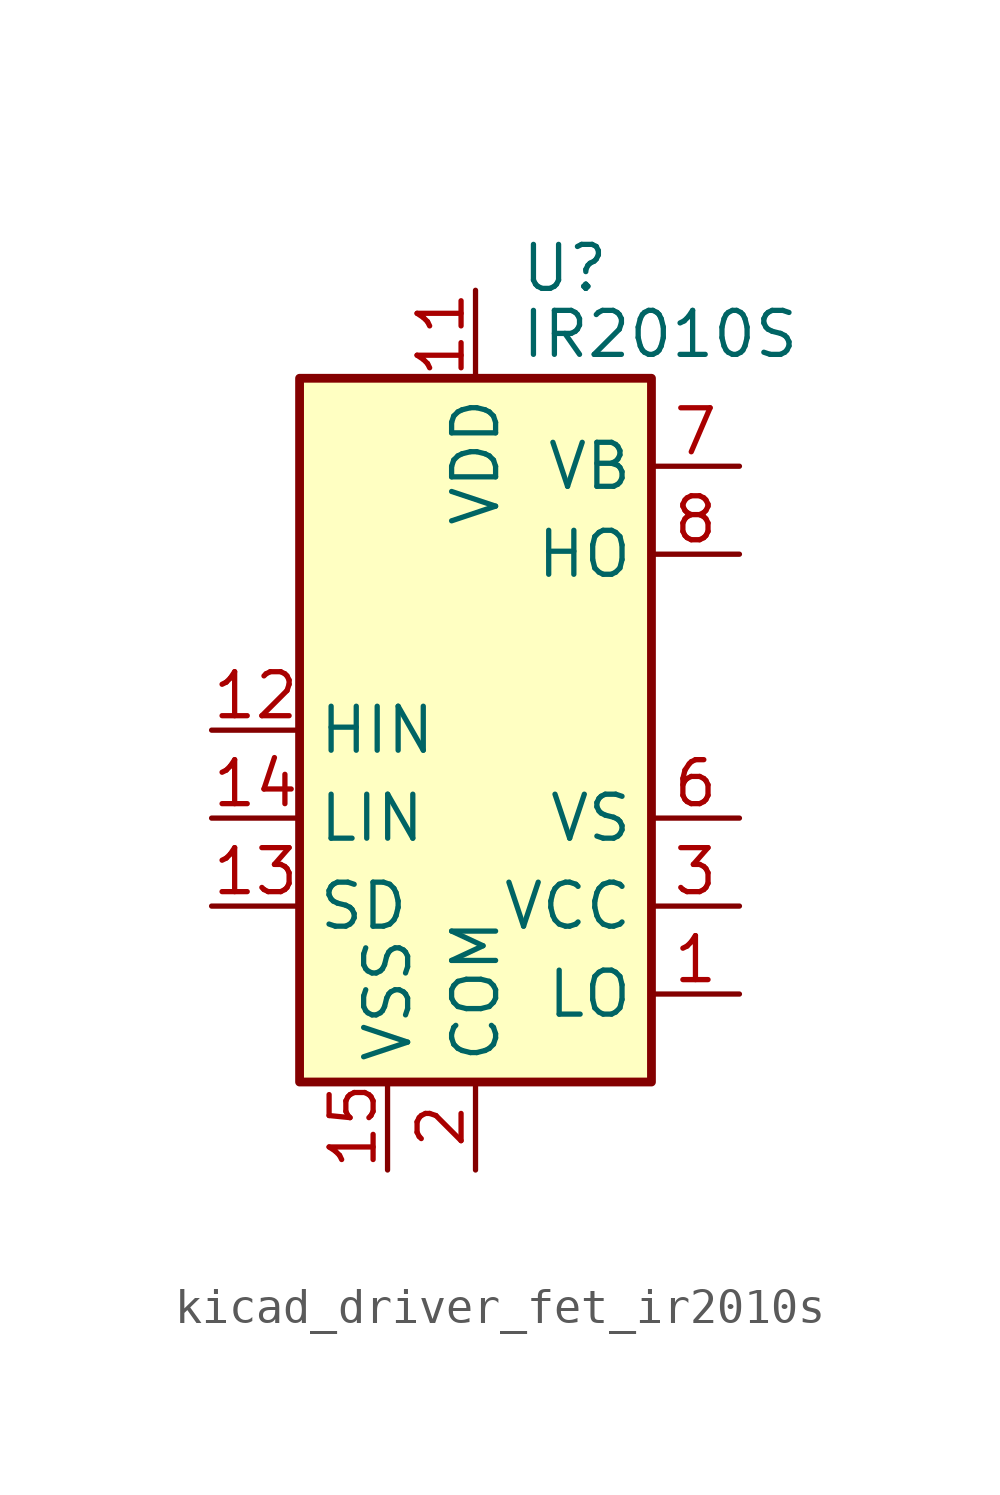
<source format=kicad_sym>
(kicad_symbol_lib
  (version 20220914)
  (generator kicad_symbol_editor)
  (symbol "kicad_driver_fet_ir2010s"
    (property "Reference" "U"
      (at 1.27 13.335 0)
      (effects (font (size 1.27 1.27)) (justify left)))
    (property "Value" "IR2010S"
      (at 1.27 11.43 0)
      (effects (font (size 1.27 1.27)) (justify left)))
    (symbol "kicad_driver_fet_ir2010s_0_1"
      (rectangle (start -5.08 -10.16) (end 5.08 10.16) (stroke (width 0.254) (type default)) (fill (type background))))
    (symbol "kicad_driver_fet_ir2010s_1_1"
      (pin output line (at 7.62 -7.62 180) (length 2.54) (name "LO" (effects (font (size 1.27 1.27)))) (number "1" (effects (font (size 1.27 1.27)))))
      (pin no_connect line (at 5.08 2.54 180) (length 2.54) hide (name "NC" (effects (font (size 1.27 1.27)))) (number "10" (effects (font (size 1.27 1.27)))))
      (pin power_in line (at 0 12.7 270) (length 2.54) (name "VDD" (effects (font (size 1.27 1.27)))) (number "11" (effects (font (size 1.27 1.27)))))
      (pin input line (at -7.62 0 0) (length 2.54) (name "HIN" (effects (font (size 1.27 1.27)))) (number "12" (effects (font (size 1.27 1.27)))))
      (pin input line (at -7.62 -5.08 0) (length 2.54) (name "SD" (effects (font (size 1.27 1.27)))) (number "13" (effects (font (size 1.27 1.27)))))
      (pin input line (at -7.62 -2.54 0) (length 2.54) (name "LIN" (effects (font (size 1.27 1.27)))) (number "14" (effects (font (size 1.27 1.27)))))
      (pin power_in line (at -2.54 -12.7 90) (length 2.54) (name "VSS" (effects (font (size 1.27 1.27)))) (number "15" (effects (font (size 1.27 1.27)))))
      (pin no_connect line (at 5.08 0 180) (length 2.54) hide (name "NC" (effects (font (size 1.27 1.27)))) (number "16" (effects (font (size 1.27 1.27)))))
      (pin power_in line (at 0 -12.7 90) (length 2.54) (name "COM" (effects (font (size 1.27 1.27)))) (number "2" (effects (font (size 1.27 1.27)))))
      (pin power_in line (at 7.62 -5.08 180) (length 2.54) (name "VCC" (effects (font (size 1.27 1.27)))) (number "3" (effects (font (size 1.27 1.27)))))
      (pin no_connect line (at -5.08 7.62 0) (length 2.54) hide (name "NC" (effects (font (size 1.27 1.27)))) (number "4" (effects (font (size 1.27 1.27)))))
      (pin no_connect line (at -5.08 5.08 0) (length 2.54) hide (name "NC" (effects (font (size 1.27 1.27)))) (number "5" (effects (font (size 1.27 1.27)))))
      (pin passive line (at 7.62 -2.54 180) (length 2.54) (name "VS" (effects (font (size 1.27 1.27)))) (number "6" (effects (font (size 1.27 1.27)))))
      (pin passive line (at 7.62 7.62 180) (length 2.54) (name "VB" (effects (font (size 1.27 1.27)))) (number "7" (effects (font (size 1.27 1.27)))))
      (pin output line (at 7.62 5.08 180) (length 2.54) (name "HO" (effects (font (size 1.27 1.27)))) (number "8" (effects (font (size 1.27 1.27)))))
      (pin no_connect line (at -5.08 2.54 0) (length 2.54) hide (name "NC" (effects (font (size 1.27 1.27)))) (number "9" (effects (font (size 1.27 1.27))))))))
</source>
